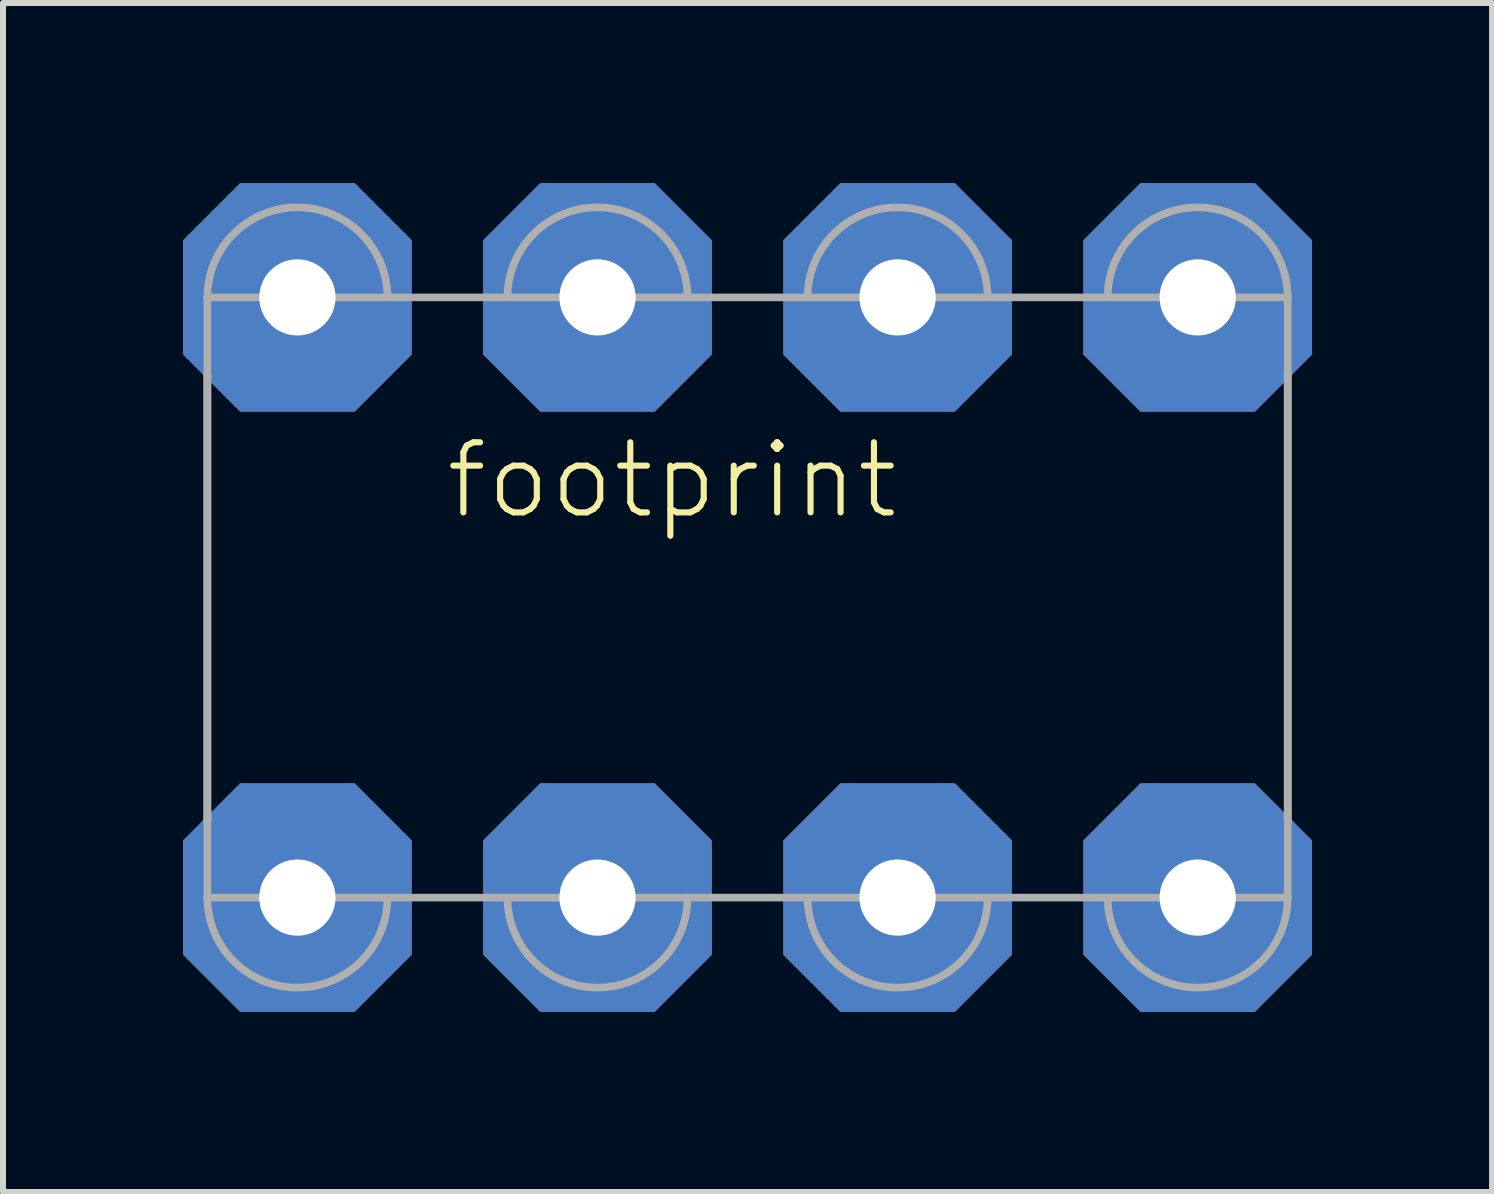
<source format=kicad_pcb>
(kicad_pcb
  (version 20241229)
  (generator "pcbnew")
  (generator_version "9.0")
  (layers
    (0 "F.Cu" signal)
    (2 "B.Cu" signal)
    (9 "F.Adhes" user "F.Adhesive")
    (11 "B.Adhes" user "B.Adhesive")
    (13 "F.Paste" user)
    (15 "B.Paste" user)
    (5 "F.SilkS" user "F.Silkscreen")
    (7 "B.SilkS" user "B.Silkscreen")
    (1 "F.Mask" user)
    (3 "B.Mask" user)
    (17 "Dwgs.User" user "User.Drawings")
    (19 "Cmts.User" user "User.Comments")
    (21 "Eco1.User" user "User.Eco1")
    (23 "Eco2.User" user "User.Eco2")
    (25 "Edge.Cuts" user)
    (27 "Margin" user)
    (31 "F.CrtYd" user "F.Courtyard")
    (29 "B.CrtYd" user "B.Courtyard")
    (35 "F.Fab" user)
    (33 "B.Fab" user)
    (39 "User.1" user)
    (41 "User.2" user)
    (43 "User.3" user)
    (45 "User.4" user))
  (footprint "footprint"
    (layer "F.Cu")
    (at 9.405 6.905)
    (property "Reference" "footprint" (at -5.08 -1.27 0) (layer "F.SilkS") (effects (font (size 1.168 1.168) (thickness 0.102)) (justify left bottom)))
    (fp_line (start -9 3.73) (end -9 -3.73) (stroke (width 0.127) (type solid)) (layer "F.SilkS"))
    (fp_line (start 9 -3.73) (end 9 3.73) (stroke (width 0.127) (type solid)) (layer "F.SilkS"))
    (fp_line (start -9 5) (end -9 -5) (stroke (width 0.127) (type solid)) (layer "F.Fab"))
    (fp_line (start 9 -5) (end -9 -5) (stroke (width 0.127) (type solid)) (layer "F.Fab"))
    (fp_line (start 9 -5) (end 9 5) (stroke (width 0.127) (type solid)) (layer "F.Fab"))
    (fp_line (start 9 5) (end -9 5) (stroke (width 0.127) (type solid)) (layer "F.Fab"))
    (fp_arc (start -9 -5) (mid -7.5 -6.5) (end -6 -5) (stroke (width 0.127) (type solid)) (layer "F.Fab"))
    (fp_arc (start -6 5) (mid -7.5 6.5) (end -9 5) (stroke (width 0.127) (type solid)) (layer "F.Fab"))
    (fp_arc (start -4 -5) (mid -2.5 -6.5) (end -1 -5) (stroke (width 0.127) (type solid)) (layer "F.Fab"))
    (fp_arc (start -1 5) (mid -2.5 6.5) (end -4 5) (stroke (width 0.127) (type solid)) (layer "F.Fab"))
    (fp_arc (start 1 -5) (mid 2.5 -6.5) (end 4 -5) (stroke (width 0.127) (type solid)) (layer "F.Fab"))
    (fp_arc (start 4 5) (mid 2.5 6.5) (end 1 5) (stroke (width 0.127) (type solid)) (layer "F.Fab"))
    (fp_arc (start 6 -5) (mid 7.5 -6.5) (end 9 -5) (stroke (width 0.127) (type solid)) (layer "F.Fab"))
    (fp_arc (start 9 5) (mid 7.5 6.5) (end 6 5) (stroke (width 0.127) (type solid)) (layer "F.Fab"))
    (pad "1" thru_hole roundrect (at -7.5 5) (size 3.81 3.81) (drill 1.27) (layers "*.Cu" "*.Mask") (roundrect_rratio 0.25) (chamfer_ratio 0.25) (chamfer top_left top_right bottom_left bottom_right))
    (pad "2" thru_hole roundrect (at -2.5 5) (size 3.81 3.81) (drill 1.27) (layers "*.Cu" "*.Mask") (roundrect_rratio 0.25) (chamfer_ratio 0.25) (chamfer top_left top_right bottom_left bottom_right))
    (pad "3" thru_hole roundrect (at 2.5 5) (size 3.81 3.81) (drill 1.27) (layers "*.Cu" "*.Mask") (roundrect_rratio 0.25) (chamfer_ratio 0.25) (chamfer top_left top_right bottom_left bottom_right))
    (pad "4" thru_hole roundrect (at 7.5 5) (size 3.81 3.81) (drill 1.27) (layers "*.Cu" "*.Mask") (roundrect_rratio 0.25) (chamfer_ratio 0.25) (chamfer top_left top_right bottom_left bottom_right))
    (pad "5" thru_hole roundrect (at 7.5 -5) (size 3.81 3.81) (drill 1.27) (layers "*.Cu" "*.Mask") (roundrect_rratio 0.25) (chamfer_ratio 0.25) (chamfer top_left top_right bottom_left bottom_right))
    (pad "6" thru_hole roundrect (at 2.5 -5) (size 3.81 3.81) (drill 1.27) (layers "*.Cu" "*.Mask") (roundrect_rratio 0.25) (chamfer_ratio 0.25) (chamfer top_left top_right bottom_left bottom_right))
    (pad "7" thru_hole roundrect (at -2.5 -5) (size 3.81 3.81) (drill 1.27) (layers "*.Cu" "*.Mask") (roundrect_rratio 0.25) (chamfer_ratio 0.25) (chamfer top_left top_right bottom_left bottom_right))
    (pad "8" thru_hole roundrect (at -7.5 -5) (size 3.81 3.81) (drill 1.27) (layers "*.Cu" "*.Mask") (roundrect_rratio 0.25) (chamfer_ratio 0.25) (chamfer top_left top_right bottom_left bottom_right)))
  (gr_rect
    (start -3 -3)
    (end 21.81 16.81)
    (stroke (width 0.1) (type default))
    (fill no)
    (layer "Edge.Cuts")))
</source>
